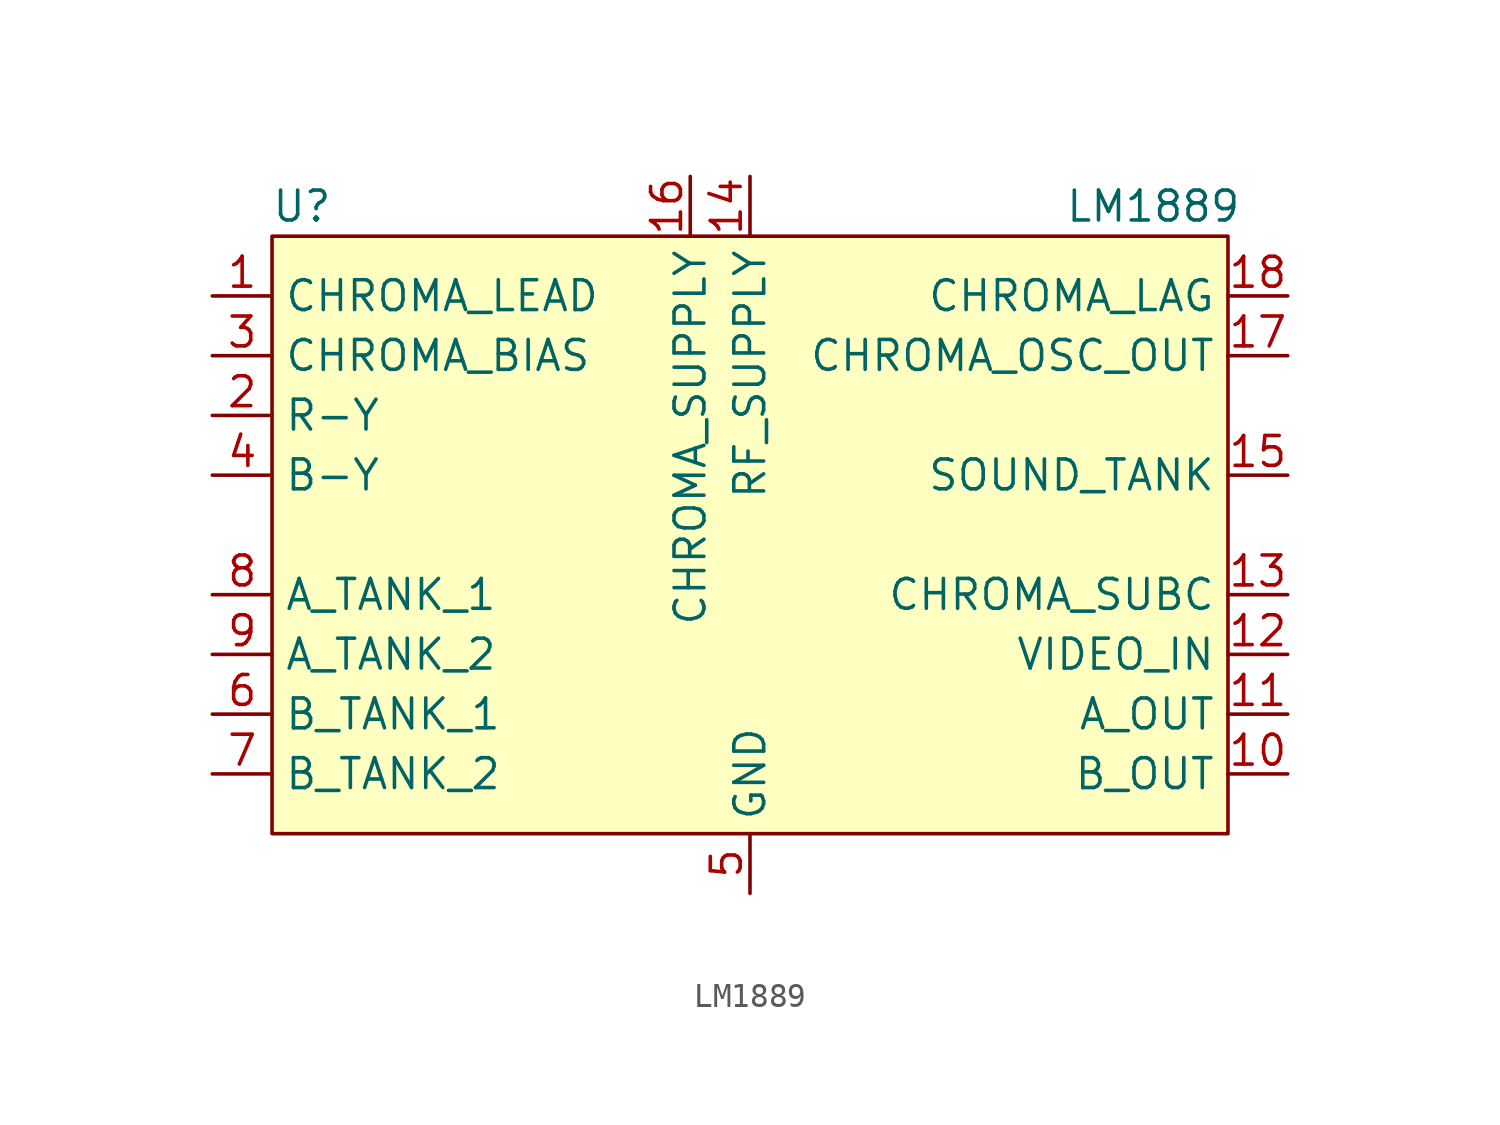
<source format=kicad_sym>
(kicad_symbol_lib
  (version 20220914)
  (generator kicad_symbol_editor)
  (symbol "LM1889"
    (property "Reference" "U"
      (at -19.05 13.97 0)
      (effects (font (size 1.27 1.27))))
    (property "Value" "LM1889"
      (at 17.145 13.97 0)
      (effects (font (size 1.27 1.27))))
    (symbol "LM1889_0_1"
      (rectangle (start -20.32 12.7) (end 20.32 -12.7) (stroke (width 0) (type solid)) (fill (type background))))
    (symbol "LM1889_1_1"
      (pin input line (at -22.86 10.16 0) (length 2.54) (name "CHROMA_LEAD" (effects (font (size 1.27 1.27)))) (number "1" (effects (font (size 1.27 1.27)))))
      (pin output line (at 22.86 -10.16 180) (length 2.54) (name "B_OUT" (effects (font (size 1.27 1.27)))) (number "10" (effects (font (size 1.27 1.27)))))
      (pin output line (at 22.86 -7.62 180) (length 2.54) (name "A_OUT" (effects (font (size 1.27 1.27)))) (number "11" (effects (font (size 1.27 1.27)))))
      (pin input line (at 22.86 -5.08 180) (length 2.54) (name "VIDEO_IN" (effects (font (size 1.27 1.27)))) (number "12" (effects (font (size 1.27 1.27)))))
      (pin input line (at 22.86 -2.54 180) (length 2.54) (name "CHROMA_SUBC" (effects (font (size 1.27 1.27)))) (number "13" (effects (font (size 1.27 1.27)))))
      (pin power_in line (at 0 15.24 270) (length 2.54) (name "RF_SUPPLY" (effects (font (size 1.27 1.27)))) (number "14" (effects (font (size 1.27 1.27)))))
      (pin output line (at 22.86 2.54 180) (length 2.54) (name "SOUND_TANK" (effects (font (size 1.27 1.27)))) (number "15" (effects (font (size 1.27 1.27)))))
      (pin power_in line (at -2.54 15.24 270) (length 2.54) (name "CHROMA_SUPPLY" (effects (font (size 1.27 1.27)))) (number "16" (effects (font (size 1.27 1.27)))))
      (pin output line (at 22.86 7.62 180) (length 2.54) (name "CHROMA_OSC_OUT" (effects (font (size 1.27 1.27)))) (number "17" (effects (font (size 1.27 1.27)))))
      (pin input line (at 22.86 10.16 180) (length 2.54) (name "CHROMA_LAG" (effects (font (size 1.27 1.27)))) (number "18" (effects (font (size 1.27 1.27)))))
      (pin input line (at -22.86 5.08 0) (length 2.54) (name "R-Y" (effects (font (size 1.27 1.27)))) (number "2" (effects (font (size 1.27 1.27)))))
      (pin input line (at -22.86 7.62 0) (length 2.54) (name "CHROMA_BIAS" (effects (font (size 1.27 1.27)))) (number "3" (effects (font (size 1.27 1.27)))))
      (pin input line (at -22.86 2.54 0) (length 2.54) (name "B-Y" (effects (font (size 1.27 1.27)))) (number "4" (effects (font (size 1.27 1.27)))))
      (pin power_in line (at 0 -15.24 90) (length 2.54) (name "GND" (effects (font (size 1.27 1.27)))) (number "5" (effects (font (size 1.27 1.27)))))
      (pin input line (at -22.86 -7.62 0) (length 2.54) (name "B_TANK_1" (effects (font (size 1.27 1.27)))) (number "6" (effects (font (size 1.27 1.27)))))
      (pin input line (at -22.86 -10.16 0) (length 2.54) (name "B_TANK_2" (effects (font (size 1.27 1.27)))) (number "7" (effects (font (size 1.27 1.27)))))
      (pin input line (at -22.86 -2.54 0) (length 2.54) (name "A_TANK_1" (effects (font (size 1.27 1.27)))) (number "8" (effects (font (size 1.27 1.27)))))
      (pin input line (at -22.86 -5.08 0) (length 2.54) (name "A_TANK_2" (effects (font (size 1.27 1.27)))) (number "9" (effects (font (size 1.27 1.27))))))))
</source>
